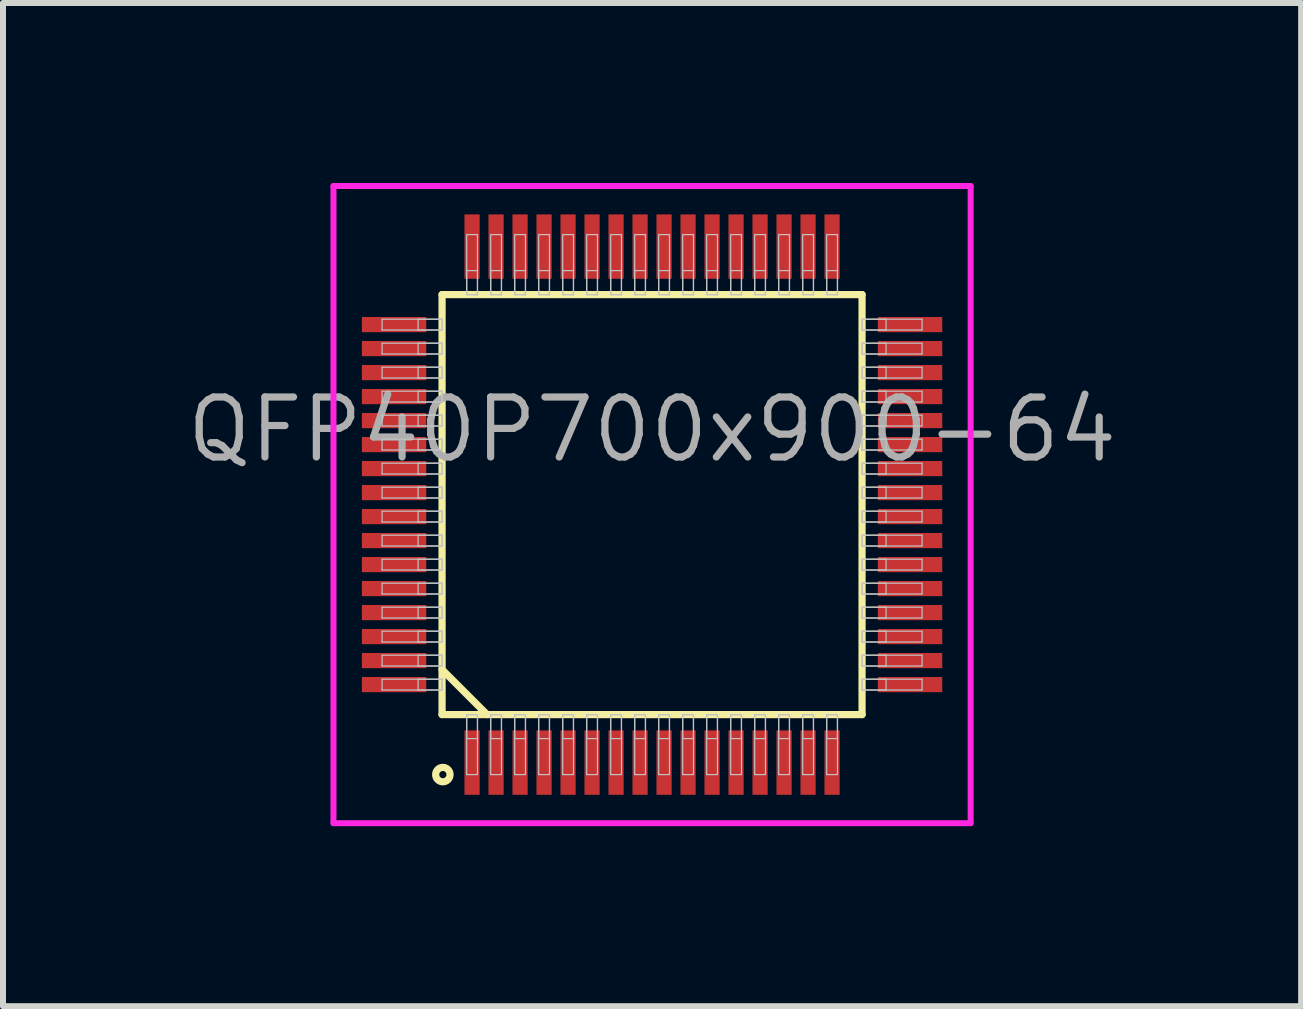
<source format=kicad_pcb>
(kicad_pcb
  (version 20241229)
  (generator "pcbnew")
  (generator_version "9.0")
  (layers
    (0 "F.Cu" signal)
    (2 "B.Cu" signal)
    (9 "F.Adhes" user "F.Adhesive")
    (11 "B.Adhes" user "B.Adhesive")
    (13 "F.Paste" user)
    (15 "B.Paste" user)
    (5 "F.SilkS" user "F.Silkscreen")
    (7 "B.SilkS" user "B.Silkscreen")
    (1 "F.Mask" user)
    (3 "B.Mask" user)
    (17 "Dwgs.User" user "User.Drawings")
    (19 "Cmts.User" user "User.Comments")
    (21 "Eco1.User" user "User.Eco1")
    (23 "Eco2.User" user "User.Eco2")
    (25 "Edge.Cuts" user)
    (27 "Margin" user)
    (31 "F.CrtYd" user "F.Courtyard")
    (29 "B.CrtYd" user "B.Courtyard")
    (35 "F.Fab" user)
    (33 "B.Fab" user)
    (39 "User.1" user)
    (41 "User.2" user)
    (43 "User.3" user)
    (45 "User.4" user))
  (footprint "QFP40P700x900-64"
    (layer "F.Cu")
    (at 7.818 5.36)
    (property "Reference" "QFP40P700x900-64" (at 0 -1.25 0) (layer "F.Fab") (effects (font (size 1 1) (thickness 0.12))))
    (attr through_hole)
    (fp_line (start -3.5 -3.5) (end -3.5 3.5) (stroke (width 0.12) (type solid)) (layer "F.SilkS"))
    (fp_line (start -3.5 2.75) (end -2.75 3.5) (stroke (width 0.12) (type solid)) (layer "F.SilkS"))
    (fp_line (start -3.5 3.5) (end 3.5 3.5) (stroke (width 0.12) (type solid)) (layer "F.SilkS"))
    (fp_line (start 3.5 -3.5) (end -3.5 -3.5) (stroke (width 0.12) (type solid)) (layer "F.SilkS"))
    (fp_line (start 3.5 3.5) (end 3.5 -3.5) (stroke (width 0.12) (type solid)) (layer "F.SilkS"))
    (fp_circle (center -3.487 4.5) (end -3.367 4.5) (stroke (width 0.12) (type solid)) (fill no) (layer "F.SilkS"))
    (fp_line (start -4.5 -3.09) (end -4.5 -2.91) (stroke (width 0.02) (type solid)) (layer "Dwgs.User"))
    (fp_line (start -4.5 -2.91) (end -3.5 -2.91) (stroke (width 0.02) (type solid)) (layer "Dwgs.User"))
    (fp_line (start -4.5 -2.69) (end -4.5 -2.51) (stroke (width 0.02) (type solid)) (layer "Dwgs.User"))
    (fp_line (start -4.5 -2.51) (end -3.5 -2.51) (stroke (width 0.02) (type solid)) (layer "Dwgs.User"))
    (fp_line (start -4.5 -2.29) (end -4.5 -2.11) (stroke (width 0.02) (type solid)) (layer "Dwgs.User"))
    (fp_line (start -4.5 -2.11) (end -3.5 -2.11) (stroke (width 0.02) (type solid)) (layer "Dwgs.User"))
    (fp_line (start -4.5 -1.89) (end -4.5 -1.71) (stroke (width 0.02) (type solid)) (layer "Dwgs.User"))
    (fp_line (start -4.5 -1.71) (end -3.5 -1.71) (stroke (width 0.02) (type solid)) (layer "Dwgs.User"))
    (fp_line (start -4.5 -1.49) (end -4.5 -1.31) (stroke (width 0.02) (type solid)) (layer "Dwgs.User"))
    (fp_line (start -4.5 -1.31) (end -3.5 -1.31) (stroke (width 0.02) (type solid)) (layer "Dwgs.User"))
    (fp_line (start -4.5 -1.09) (end -4.5 -0.91) (stroke (width 0.02) (type solid)) (layer "Dwgs.User"))
    (fp_line (start -4.5 -0.91) (end -3.5 -0.91) (stroke (width 0.02) (type solid)) (layer "Dwgs.User"))
    (fp_line (start -4.5 -0.69) (end -4.5 -0.51) (stroke (width 0.02) (type solid)) (layer "Dwgs.User"))
    (fp_line (start -4.5 -0.51) (end -3.5 -0.51) (stroke (width 0.02) (type solid)) (layer "Dwgs.User"))
    (fp_line (start -4.5 -0.29) (end -4.5 -0.11) (stroke (width 0.02) (type solid)) (layer "Dwgs.User"))
    (fp_line (start -4.5 -0.11) (end -3.5 -0.11) (stroke (width 0.02) (type solid)) (layer "Dwgs.User"))
    (fp_line (start -4.5 0.11) (end -4.5 0.29) (stroke (width 0.02) (type solid)) (layer "Dwgs.User"))
    (fp_line (start -4.5 0.29) (end -3.5 0.29) (stroke (width 0.02) (type solid)) (layer "Dwgs.User"))
    (fp_line (start -4.5 0.51) (end -4.5 0.69) (stroke (width 0.02) (type solid)) (layer "Dwgs.User"))
    (fp_line (start -4.5 0.69) (end -3.5 0.69) (stroke (width 0.02) (type solid)) (layer "Dwgs.User"))
    (fp_line (start -4.5 0.91) (end -4.5 1.09) (stroke (width 0.02) (type solid)) (layer "Dwgs.User"))
    (fp_line (start -4.5 1.09) (end -3.5 1.09) (stroke (width 0.02) (type solid)) (layer "Dwgs.User"))
    (fp_line (start -4.5 1.31) (end -4.5 1.49) (stroke (width 0.02) (type solid)) (layer "Dwgs.User"))
    (fp_line (start -4.5 1.49) (end -3.5 1.49) (stroke (width 0.02) (type solid)) (layer "Dwgs.User"))
    (fp_line (start -4.5 1.71) (end -4.5 1.89) (stroke (width 0.02) (type solid)) (layer "Dwgs.User"))
    (fp_line (start -4.5 1.89) (end -3.5 1.89) (stroke (width 0.02) (type solid)) (layer "Dwgs.User"))
    (fp_line (start -4.5 2.11) (end -4.5 2.29) (stroke (width 0.02) (type solid)) (layer "Dwgs.User"))
    (fp_line (start -4.5 2.29) (end -3.5 2.29) (stroke (width 0.02) (type solid)) (layer "Dwgs.User"))
    (fp_line (start -4.5 2.51) (end -4.5 2.69) (stroke (width 0.02) (type solid)) (layer "Dwgs.User"))
    (fp_line (start -4.5 2.69) (end -3.5 2.69) (stroke (width 0.02) (type solid)) (layer "Dwgs.User"))
    (fp_line (start -4.5 2.91) (end -4.5 3.09) (stroke (width 0.02) (type solid)) (layer "Dwgs.User"))
    (fp_line (start -4.5 3.09) (end -3.5 3.09) (stroke (width 0.02) (type solid)) (layer "Dwgs.User"))
    (fp_line (start -3.9 -3.09) (end -3.9 -2.91) (stroke (width 0.02) (type solid)) (layer "Dwgs.User"))
    (fp_line (start -3.9 -2.91) (end -3.5 -2.91) (stroke (width 0.02) (type solid)) (layer "Dwgs.User"))
    (fp_line (start -3.9 -2.69) (end -3.9 -2.51) (stroke (width 0.02) (type solid)) (layer "Dwgs.User"))
    (fp_line (start -3.9 -2.51) (end -3.5 -2.51) (stroke (width 0.02) (type solid)) (layer "Dwgs.User"))
    (fp_line (start -3.9 -2.29) (end -3.9 -2.11) (stroke (width 0.02) (type solid)) (layer "Dwgs.User"))
    (fp_line (start -3.9 -2.11) (end -3.5 -2.11) (stroke (width 0.02) (type solid)) (layer "Dwgs.User"))
    (fp_line (start -3.9 -1.89) (end -3.9 -1.71) (stroke (width 0.02) (type solid)) (layer "Dwgs.User"))
    (fp_line (start -3.9 -1.71) (end -3.5 -1.71) (stroke (width 0.02) (type solid)) (layer "Dwgs.User"))
    (fp_line (start -3.9 -1.49) (end -3.9 -1.31) (stroke (width 0.02) (type solid)) (layer "Dwgs.User"))
    (fp_line (start -3.9 -1.31) (end -3.5 -1.31) (stroke (width 0.02) (type solid)) (layer "Dwgs.User"))
    (fp_line (start -3.9 -1.09) (end -3.9 -0.91) (stroke (width 0.02) (type solid)) (layer "Dwgs.User"))
    (fp_line (start -3.9 -0.91) (end -3.5 -0.91) (stroke (width 0.02) (type solid)) (layer "Dwgs.User"))
    (fp_line (start -3.9 -0.69) (end -3.9 -0.51) (stroke (width 0.02) (type solid)) (layer "Dwgs.User"))
    (fp_line (start -3.9 -0.51) (end -3.5 -0.51) (stroke (width 0.02) (type solid)) (layer "Dwgs.User"))
    (fp_line (start -3.9 -0.29) (end -3.9 -0.11) (stroke (width 0.02) (type solid)) (layer "Dwgs.User"))
    (fp_line (start -3.9 -0.11) (end -3.5 -0.11) (stroke (width 0.02) (type solid)) (layer "Dwgs.User"))
    (fp_line (start -3.9 0.11) (end -3.9 0.29) (stroke (width 0.02) (type solid)) (layer "Dwgs.User"))
    (fp_line (start -3.9 0.29) (end -3.5 0.29) (stroke (width 0.02) (type solid)) (layer "Dwgs.User"))
    (fp_line (start -3.9 0.51) (end -3.9 0.69) (stroke (width 0.02) (type solid)) (layer "Dwgs.User"))
    (fp_line (start -3.9 0.69) (end -3.5 0.69) (stroke (width 0.02) (type solid)) (layer "Dwgs.User"))
    (fp_line (start -3.9 0.91) (end -3.9 1.09) (stroke (width 0.02) (type solid)) (layer "Dwgs.User"))
    (fp_line (start -3.9 1.09) (end -3.5 1.09) (stroke (width 0.02) (type solid)) (layer "Dwgs.User"))
    (fp_line (start -3.9 1.31) (end -3.9 1.49) (stroke (width 0.02) (type solid)) (layer "Dwgs.User"))
    (fp_line (start -3.9 1.49) (end -3.5 1.49) (stroke (width 0.02) (type solid)) (layer "Dwgs.User"))
    (fp_line (start -3.9 1.71) (end -3.9 1.89) (stroke (width 0.02) (type solid)) (layer "Dwgs.User"))
    (fp_line (start -3.9 1.89) (end -3.5 1.89) (stroke (width 0.02) (type solid)) (layer "Dwgs.User"))
    (fp_line (start -3.9 2.11) (end -3.9 2.29) (stroke (width 0.02) (type solid)) (layer "Dwgs.User"))
    (fp_line (start -3.9 2.29) (end -3.5 2.29) (stroke (width 0.02) (type solid)) (layer "Dwgs.User"))
    (fp_line (start -3.9 2.51) (end -3.9 2.69) (stroke (width 0.02) (type solid)) (layer "Dwgs.User"))
    (fp_line (start -3.9 2.69) (end -3.5 2.69) (stroke (width 0.02) (type solid)) (layer "Dwgs.User"))
    (fp_line (start -3.9 2.91) (end -3.9 3.09) (stroke (width 0.02) (type solid)) (layer "Dwgs.User"))
    (fp_line (start -3.9 3.09) (end -3.5 3.09) (stroke (width 0.02) (type solid)) (layer "Dwgs.User"))
    (fp_line (start -3.5 -3.09) (end -4.5 -3.09) (stroke (width 0.02) (type solid)) (layer "Dwgs.User"))
    (fp_line (start -3.5 -3.09) (end -3.9 -3.09) (stroke (width 0.02) (type solid)) (layer "Dwgs.User"))
    (fp_line (start -3.5 -2.91) (end -3.5 -3.09) (stroke (width 0.02) (type solid)) (layer "Dwgs.User"))
    (fp_line (start -3.5 -2.91) (end -3.5 -3.09) (stroke (width 0.02) (type solid)) (layer "Dwgs.User"))
    (fp_line (start -3.5 -2.69) (end -4.5 -2.69) (stroke (width 0.02) (type solid)) (layer "Dwgs.User"))
    (fp_line (start -3.5 -2.69) (end -3.9 -2.69) (stroke (width 0.02) (type solid)) (layer "Dwgs.User"))
    (fp_line (start -3.5 -2.51) (end -3.5 -2.69) (stroke (width 0.02) (type solid)) (layer "Dwgs.User"))
    (fp_line (start -3.5 -2.51) (end -3.5 -2.69) (stroke (width 0.02) (type solid)) (layer "Dwgs.User"))
    (fp_line (start -3.5 -2.29) (end -4.5 -2.29) (stroke (width 0.02) (type solid)) (layer "Dwgs.User"))
    (fp_line (start -3.5 -2.29) (end -3.9 -2.29) (stroke (width 0.02) (type solid)) (layer "Dwgs.User"))
    (fp_line (start -3.5 -2.11) (end -3.5 -2.29) (stroke (width 0.02) (type solid)) (layer "Dwgs.User"))
    (fp_line (start -3.5 -2.11) (end -3.5 -2.29) (stroke (width 0.02) (type solid)) (layer "Dwgs.User"))
    (fp_line (start -3.5 -1.89) (end -4.5 -1.89) (stroke (width 0.02) (type solid)) (layer "Dwgs.User"))
    (fp_line (start -3.5 -1.89) (end -3.9 -1.89) (stroke (width 0.02) (type solid)) (layer "Dwgs.User"))
    (fp_line (start -3.5 -1.71) (end -3.5 -1.89) (stroke (width 0.02) (type solid)) (layer "Dwgs.User"))
    (fp_line (start -3.5 -1.71) (end -3.5 -1.89) (stroke (width 0.02) (type solid)) (layer "Dwgs.User"))
    (fp_line (start -3.5 -1.49) (end -4.5 -1.49) (stroke (width 0.02) (type solid)) (layer "Dwgs.User"))
    (fp_line (start -3.5 -1.49) (end -3.9 -1.49) (stroke (width 0.02) (type solid)) (layer "Dwgs.User"))
    (fp_line (start -3.5 -1.31) (end -3.5 -1.49) (stroke (width 0.02) (type solid)) (layer "Dwgs.User"))
    (fp_line (start -3.5 -1.31) (end -3.5 -1.49) (stroke (width 0.02) (type solid)) (layer "Dwgs.User"))
    (fp_line (start -3.5 -1.09) (end -4.5 -1.09) (stroke (width 0.02) (type solid)) (layer "Dwgs.User"))
    (fp_line (start -3.5 -1.09) (end -3.9 -1.09) (stroke (width 0.02) (type solid)) (layer "Dwgs.User"))
    (fp_line (start -3.5 -0.91) (end -3.5 -1.09) (stroke (width 0.02) (type solid)) (layer "Dwgs.User"))
    (fp_line (start -3.5 -0.91) (end -3.5 -1.09) (stroke (width 0.02) (type solid)) (layer "Dwgs.User"))
    (fp_line (start -3.5 -0.69) (end -4.5 -0.69) (stroke (width 0.02) (type solid)) (layer "Dwgs.User"))
    (fp_line (start -3.5 -0.69) (end -3.9 -0.69) (stroke (width 0.02) (type solid)) (layer "Dwgs.User"))
    (fp_line (start -3.5 -0.51) (end -3.5 -0.69) (stroke (width 0.02) (type solid)) (layer "Dwgs.User"))
    (fp_line (start -3.5 -0.51) (end -3.5 -0.69) (stroke (width 0.02) (type solid)) (layer "Dwgs.User"))
    (fp_line (start -3.5 -0.29) (end -4.5 -0.29) (stroke (width 0.02) (type solid)) (layer "Dwgs.User"))
    (fp_line (start -3.5 -0.29) (end -3.9 -0.29) (stroke (width 0.02) (type solid)) (layer "Dwgs.User"))
    (fp_line (start -3.5 -0.11) (end -3.5 -0.29) (stroke (width 0.02) (type solid)) (layer "Dwgs.User"))
    (fp_line (start -3.5 -0.11) (end -3.5 -0.29) (stroke (width 0.02) (type solid)) (layer "Dwgs.User"))
    (fp_line (start -3.5 0.11) (end -4.5 0.11) (stroke (width 0.02) (type solid)) (layer "Dwgs.User"))
    (fp_line (start -3.5 0.11) (end -3.9 0.11) (stroke (width 0.02) (type solid)) (layer "Dwgs.User"))
    (fp_line (start -3.5 0.29) (end -3.5 0.11) (stroke (width 0.02) (type solid)) (layer "Dwgs.User"))
    (fp_line (start -3.5 0.29) (end -3.5 0.11) (stroke (width 0.02) (type solid)) (layer "Dwgs.User"))
    (fp_line (start -3.5 0.51) (end -4.5 0.51) (stroke (width 0.02) (type solid)) (layer "Dwgs.User"))
    (fp_line (start -3.5 0.51) (end -3.9 0.51) (stroke (width 0.02) (type solid)) (layer "Dwgs.User"))
    (fp_line (start -3.5 0.69) (end -3.5 0.51) (stroke (width 0.02) (type solid)) (layer "Dwgs.User"))
    (fp_line (start -3.5 0.69) (end -3.5 0.51) (stroke (width 0.02) (type solid)) (layer "Dwgs.User"))
    (fp_line (start -3.5 0.91) (end -4.5 0.91) (stroke (width 0.02) (type solid)) (layer "Dwgs.User"))
    (fp_line (start -3.5 0.91) (end -3.9 0.91) (stroke (width 0.02) (type solid)) (layer "Dwgs.User"))
    (fp_line (start -3.5 1.09) (end -3.5 0.91) (stroke (width 0.02) (type solid)) (layer "Dwgs.User"))
    (fp_line (start -3.5 1.09) (end -3.5 0.91) (stroke (width 0.02) (type solid)) (layer "Dwgs.User"))
    (fp_line (start -3.5 1.31) (end -4.5 1.31) (stroke (width 0.02) (type solid)) (layer "Dwgs.User"))
    (fp_line (start -3.5 1.31) (end -3.9 1.31) (stroke (width 0.02) (type solid)) (layer "Dwgs.User"))
    (fp_line (start -3.5 1.49) (end -3.5 1.31) (stroke (width 0.02) (type solid)) (layer "Dwgs.User"))
    (fp_line (start -3.5 1.49) (end -3.5 1.31) (stroke (width 0.02) (type solid)) (layer "Dwgs.User"))
    (fp_line (start -3.5 1.71) (end -4.5 1.71) (stroke (width 0.02) (type solid)) (layer "Dwgs.User"))
    (fp_line (start -3.5 1.71) (end -3.9 1.71) (stroke (width 0.02) (type solid)) (layer "Dwgs.User"))
    (fp_line (start -3.5 1.89) (end -3.5 1.71) (stroke (width 0.02) (type solid)) (layer "Dwgs.User"))
    (fp_line (start -3.5 1.89) (end -3.5 1.71) (stroke (width 0.02) (type solid)) (layer "Dwgs.User"))
    (fp_line (start -3.5 2.11) (end -4.5 2.11) (stroke (width 0.02) (type solid)) (layer "Dwgs.User"))
    (fp_line (start -3.5 2.11) (end -3.9 2.11) (stroke (width 0.02) (type solid)) (layer "Dwgs.User"))
    (fp_line (start -3.5 2.29) (end -3.5 2.11) (stroke (width 0.02) (type solid)) (layer "Dwgs.User"))
    (fp_line (start -3.5 2.29) (end -3.5 2.11) (stroke (width 0.02) (type solid)) (layer "Dwgs.User"))
    (fp_line (start -3.5 2.51) (end -4.5 2.51) (stroke (width 0.02) (type solid)) (layer "Dwgs.User"))
    (fp_line (start -3.5 2.51) (end -3.9 2.51) (stroke (width 0.02) (type solid)) (layer "Dwgs.User"))
    (fp_line (start -3.5 2.69) (end -3.5 2.51) (stroke (width 0.02) (type solid)) (layer "Dwgs.User"))
    (fp_line (start -3.5 2.69) (end -3.5 2.51) (stroke (width 0.02) (type solid)) (layer "Dwgs.User"))
    (fp_line (start -3.5 2.91) (end -4.5 2.91) (stroke (width 0.02) (type solid)) (layer "Dwgs.User"))
    (fp_line (start -3.5 2.91) (end -3.9 2.91) (stroke (width 0.02) (type solid)) (layer "Dwgs.User"))
    (fp_line (start -3.5 3.09) (end -3.5 2.91) (stroke (width 0.02) (type solid)) (layer "Dwgs.User"))
    (fp_line (start -3.5 3.09) (end -3.5 2.91) (stroke (width 0.02) (type solid)) (layer "Dwgs.User"))
    (fp_line (start -3.09 -4.5) (end -3.09 -3.5) (stroke (width 0.02) (type solid)) (layer "Dwgs.User"))
    (fp_line (start -3.09 -3.9) (end -3.09 -3.5) (stroke (width 0.02) (type solid)) (layer "Dwgs.User"))
    (fp_line (start -3.09 -3.5) (end -2.91 -3.5) (stroke (width 0.02) (type solid)) (layer "Dwgs.User"))
    (fp_line (start -3.09 -3.5) (end -2.91 -3.5) (stroke (width 0.02) (type solid)) (layer "Dwgs.User"))
    (fp_line (start -3.09 3.5) (end -2.91 3.5) (stroke (width 0.02) (type solid)) (layer "Dwgs.User"))
    (fp_line (start -3.09 3.5) (end -2.91 3.5) (stroke (width 0.02) (type solid)) (layer "Dwgs.User"))
    (fp_line (start -3.09 3.9) (end -3.09 3.5) (stroke (width 0.02) (type solid)) (layer "Dwgs.User"))
    (fp_line (start -3.09 4.5) (end -3.09 3.5) (stroke (width 0.02) (type solid)) (layer "Dwgs.User"))
    (fp_line (start -2.91 -4.5) (end -3.09 -4.5) (stroke (width 0.02) (type solid)) (layer "Dwgs.User"))
    (fp_line (start -2.91 -3.9) (end -3.09 -3.9) (stroke (width 0.02) (type solid)) (layer "Dwgs.User"))
    (fp_line (start -2.91 -3.5) (end -2.91 -4.5) (stroke (width 0.02) (type solid)) (layer "Dwgs.User"))
    (fp_line (start -2.91 -3.5) (end -2.91 -3.9) (stroke (width 0.02) (type solid)) (layer "Dwgs.User"))
    (fp_line (start -2.91 3.5) (end -2.91 3.9) (stroke (width 0.02) (type solid)) (layer "Dwgs.User"))
    (fp_line (start -2.91 3.5) (end -2.91 4.5) (stroke (width 0.02) (type solid)) (layer "Dwgs.User"))
    (fp_line (start -2.91 3.9) (end -3.09 3.9) (stroke (width 0.02) (type solid)) (layer "Dwgs.User"))
    (fp_line (start -2.91 4.5) (end -3.09 4.5) (stroke (width 0.02) (type solid)) (layer "Dwgs.User"))
    (fp_line (start -2.69 -4.5) (end -2.69 -3.5) (stroke (width 0.02) (type solid)) (layer "Dwgs.User"))
    (fp_line (start -2.69 -3.9) (end -2.69 -3.5) (stroke (width 0.02) (type solid)) (layer "Dwgs.User"))
    (fp_line (start -2.69 -3.5) (end -2.51 -3.5) (stroke (width 0.02) (type solid)) (layer "Dwgs.User"))
    (fp_line (start -2.69 -3.5) (end -2.51 -3.5) (stroke (width 0.02) (type solid)) (layer "Dwgs.User"))
    (fp_line (start -2.69 3.5) (end -2.51 3.5) (stroke (width 0.02) (type solid)) (layer "Dwgs.User"))
    (fp_line (start -2.69 3.5) (end -2.51 3.5) (stroke (width 0.02) (type solid)) (layer "Dwgs.User"))
    (fp_line (start -2.69 3.9) (end -2.69 3.5) (stroke (width 0.02) (type solid)) (layer "Dwgs.User"))
    (fp_line (start -2.69 4.5) (end -2.69 3.5) (stroke (width 0.02) (type solid)) (layer "Dwgs.User"))
    (fp_line (start -2.51 -4.5) (end -2.69 -4.5) (stroke (width 0.02) (type solid)) (layer "Dwgs.User"))
    (fp_line (start -2.51 -3.9) (end -2.69 -3.9) (stroke (width 0.02) (type solid)) (layer "Dwgs.User"))
    (fp_line (start -2.51 -3.5) (end -2.51 -4.5) (stroke (width 0.02) (type solid)) (layer "Dwgs.User"))
    (fp_line (start -2.51 -3.5) (end -2.51 -3.9) (stroke (width 0.02) (type solid)) (layer "Dwgs.User"))
    (fp_line (start -2.51 3.5) (end -2.51 3.9) (stroke (width 0.02) (type solid)) (layer "Dwgs.User"))
    (fp_line (start -2.51 3.5) (end -2.51 4.5) (stroke (width 0.02) (type solid)) (layer "Dwgs.User"))
    (fp_line (start -2.51 3.9) (end -2.69 3.9) (stroke (width 0.02) (type solid)) (layer "Dwgs.User"))
    (fp_line (start -2.51 4.5) (end -2.69 4.5) (stroke (width 0.02) (type solid)) (layer "Dwgs.User"))
    (fp_line (start -2.29 -4.5) (end -2.29 -3.5) (stroke (width 0.02) (type solid)) (layer "Dwgs.User"))
    (fp_line (start -2.29 -3.9) (end -2.29 -3.5) (stroke (width 0.02) (type solid)) (layer "Dwgs.User"))
    (fp_line (start -2.29 -3.5) (end -2.11 -3.5) (stroke (width 0.02) (type solid)) (layer "Dwgs.User"))
    (fp_line (start -2.29 -3.5) (end -2.11 -3.5) (stroke (width 0.02) (type solid)) (layer "Dwgs.User"))
    (fp_line (start -2.29 3.5) (end -2.11 3.5) (stroke (width 0.02) (type solid)) (layer "Dwgs.User"))
    (fp_line (start -2.29 3.5) (end -2.11 3.5) (stroke (width 0.02) (type solid)) (layer "Dwgs.User"))
    (fp_line (start -2.29 3.9) (end -2.29 3.5) (stroke (width 0.02) (type solid)) (layer "Dwgs.User"))
    (fp_line (start -2.29 4.5) (end -2.29 3.5) (stroke (width 0.02) (type solid)) (layer "Dwgs.User"))
    (fp_line (start -2.11 -4.5) (end -2.29 -4.5) (stroke (width 0.02) (type solid)) (layer "Dwgs.User"))
    (fp_line (start -2.11 -3.9) (end -2.29 -3.9) (stroke (width 0.02) (type solid)) (layer "Dwgs.User"))
    (fp_line (start -2.11 -3.5) (end -2.11 -4.5) (stroke (width 0.02) (type solid)) (layer "Dwgs.User"))
    (fp_line (start -2.11 -3.5) (end -2.11 -3.9) (stroke (width 0.02) (type solid)) (layer "Dwgs.User"))
    (fp_line (start -2.11 3.5) (end -2.11 3.9) (stroke (width 0.02) (type solid)) (layer "Dwgs.User"))
    (fp_line (start -2.11 3.5) (end -2.11 4.5) (stroke (width 0.02) (type solid)) (layer "Dwgs.User"))
    (fp_line (start -2.11 3.9) (end -2.29 3.9) (stroke (width 0.02) (type solid)) (layer "Dwgs.User"))
    (fp_line (start -2.11 4.5) (end -2.29 4.5) (stroke (width 0.02) (type solid)) (layer "Dwgs.User"))
    (fp_line (start -1.89 -4.5) (end -1.89 -3.5) (stroke (width 0.02) (type solid)) (layer "Dwgs.User"))
    (fp_line (start -1.89 -3.9) (end -1.89 -3.5) (stroke (width 0.02) (type solid)) (layer "Dwgs.User"))
    (fp_line (start -1.89 -3.5) (end -1.71 -3.5) (stroke (width 0.02) (type solid)) (layer "Dwgs.User"))
    (fp_line (start -1.89 -3.5) (end -1.71 -3.5) (stroke (width 0.02) (type solid)) (layer "Dwgs.User"))
    (fp_line (start -1.89 3.5) (end -1.71 3.5) (stroke (width 0.02) (type solid)) (layer "Dwgs.User"))
    (fp_line (start -1.89 3.5) (end -1.71 3.5) (stroke (width 0.02) (type solid)) (layer "Dwgs.User"))
    (fp_line (start -1.89 3.9) (end -1.89 3.5) (stroke (width 0.02) (type solid)) (layer "Dwgs.User"))
    (fp_line (start -1.89 4.5) (end -1.89 3.5) (stroke (width 0.02) (type solid)) (layer "Dwgs.User"))
    (fp_line (start -1.71 -4.5) (end -1.89 -4.5) (stroke (width 0.02) (type solid)) (layer "Dwgs.User"))
    (fp_line (start -1.71 -3.9) (end -1.89 -3.9) (stroke (width 0.02) (type solid)) (layer "Dwgs.User"))
    (fp_line (start -1.71 -3.5) (end -1.71 -4.5) (stroke (width 0.02) (type solid)) (layer "Dwgs.User"))
    (fp_line (start -1.71 -3.5) (end -1.71 -3.9) (stroke (width 0.02) (type solid)) (layer "Dwgs.User"))
    (fp_line (start -1.71 3.5) (end -1.71 3.9) (stroke (width 0.02) (type solid)) (layer "Dwgs.User"))
    (fp_line (start -1.71 3.5) (end -1.71 4.5) (stroke (width 0.02) (type solid)) (layer "Dwgs.User"))
    (fp_line (start -1.71 3.9) (end -1.89 3.9) (stroke (width 0.02) (type solid)) (layer "Dwgs.User"))
    (fp_line (start -1.71 4.5) (end -1.89 4.5) (stroke (width 0.02) (type solid)) (layer "Dwgs.User"))
    (fp_line (start -1.49 -4.5) (end -1.49 -3.5) (stroke (width 0.02) (type solid)) (layer "Dwgs.User"))
    (fp_line (start -1.49 -3.9) (end -1.49 -3.5) (stroke (width 0.02) (type solid)) (layer "Dwgs.User"))
    (fp_line (start -1.49 -3.5) (end -1.31 -3.5) (stroke (width 0.02) (type solid)) (layer "Dwgs.User"))
    (fp_line (start -1.49 -3.5) (end -1.31 -3.5) (stroke (width 0.02) (type solid)) (layer "Dwgs.User"))
    (fp_line (start -1.49 3.5) (end -1.31 3.5) (stroke (width 0.02) (type solid)) (layer "Dwgs.User"))
    (fp_line (start -1.49 3.5) (end -1.31 3.5) (stroke (width 0.02) (type solid)) (layer "Dwgs.User"))
    (fp_line (start -1.49 3.9) (end -1.49 3.5) (stroke (width 0.02) (type solid)) (layer "Dwgs.User"))
    (fp_line (start -1.49 4.5) (end -1.49 3.5) (stroke (width 0.02) (type solid)) (layer "Dwgs.User"))
    (fp_line (start -1.31 -4.5) (end -1.49 -4.5) (stroke (width 0.02) (type solid)) (layer "Dwgs.User"))
    (fp_line (start -1.31 -3.9) (end -1.49 -3.9) (stroke (width 0.02) (type solid)) (layer "Dwgs.User"))
    (fp_line (start -1.31 -3.5) (end -1.31 -4.5) (stroke (width 0.02) (type solid)) (layer "Dwgs.User"))
    (fp_line (start -1.31 -3.5) (end -1.31 -3.9) (stroke (width 0.02) (type solid)) (layer "Dwgs.User"))
    (fp_line (start -1.31 3.5) (end -1.31 3.9) (stroke (width 0.02) (type solid)) (layer "Dwgs.User"))
    (fp_line (start -1.31 3.5) (end -1.31 4.5) (stroke (width 0.02) (type solid)) (layer "Dwgs.User"))
    (fp_line (start -1.31 3.9) (end -1.49 3.9) (stroke (width 0.02) (type solid)) (layer "Dwgs.User"))
    (fp_line (start -1.31 4.5) (end -1.49 4.5) (stroke (width 0.02) (type solid)) (layer "Dwgs.User"))
    (fp_line (start -1.09 -4.5) (end -1.09 -3.5) (stroke (width 0.02) (type solid)) (layer "Dwgs.User"))
    (fp_line (start -1.09 -3.9) (end -1.09 -3.5) (stroke (width 0.02) (type solid)) (layer "Dwgs.User"))
    (fp_line (start -1.09 -3.5) (end -0.91 -3.5) (stroke (width 0.02) (type solid)) (layer "Dwgs.User"))
    (fp_line (start -1.09 -3.5) (end -0.91 -3.5) (stroke (width 0.02) (type solid)) (layer "Dwgs.User"))
    (fp_line (start -1.09 3.5) (end -0.91 3.5) (stroke (width 0.02) (type solid)) (layer "Dwgs.User"))
    (fp_line (start -1.09 3.5) (end -0.91 3.5) (stroke (width 0.02) (type solid)) (layer "Dwgs.User"))
    (fp_line (start -1.09 3.9) (end -1.09 3.5) (stroke (width 0.02) (type solid)) (layer "Dwgs.User"))
    (fp_line (start -1.09 4.5) (end -1.09 3.5) (stroke (width 0.02) (type solid)) (layer "Dwgs.User"))
    (fp_line (start -0.91 -4.5) (end -1.09 -4.5) (stroke (width 0.02) (type solid)) (layer "Dwgs.User"))
    (fp_line (start -0.91 -3.9) (end -1.09 -3.9) (stroke (width 0.02) (type solid)) (layer "Dwgs.User"))
    (fp_line (start -0.91 -3.5) (end -0.91 -4.5) (stroke (width 0.02) (type solid)) (layer "Dwgs.User"))
    (fp_line (start -0.91 -3.5) (end -0.91 -3.9) (stroke (width 0.02) (type solid)) (layer "Dwgs.User"))
    (fp_line (start -0.91 3.5) (end -0.91 3.9) (stroke (width 0.02) (type solid)) (layer "Dwgs.User"))
    (fp_line (start -0.91 3.5) (end -0.91 4.5) (stroke (width 0.02) (type solid)) (layer "Dwgs.User"))
    (fp_line (start -0.91 3.9) (end -1.09 3.9) (stroke (width 0.02) (type solid)) (layer "Dwgs.User"))
    (fp_line (start -0.91 4.5) (end -1.09 4.5) (stroke (width 0.02) (type solid)) (layer "Dwgs.User"))
    (fp_line (start -0.69 -4.5) (end -0.69 -3.5) (stroke (width 0.02) (type solid)) (layer "Dwgs.User"))
    (fp_line (start -0.69 -3.9) (end -0.69 -3.5) (stroke (width 0.02) (type solid)) (layer "Dwgs.User"))
    (fp_line (start -0.69 -3.5) (end -0.51 -3.5) (stroke (width 0.02) (type solid)) (layer "Dwgs.User"))
    (fp_line (start -0.69 -3.5) (end -0.51 -3.5) (stroke (width 0.02) (type solid)) (layer "Dwgs.User"))
    (fp_line (start -0.69 3.5) (end -0.51 3.5) (stroke (width 0.02) (type solid)) (layer "Dwgs.User"))
    (fp_line (start -0.69 3.5) (end -0.51 3.5) (stroke (width 0.02) (type solid)) (layer "Dwgs.User"))
    (fp_line (start -0.69 3.9) (end -0.69 3.5) (stroke (width 0.02) (type solid)) (layer "Dwgs.User"))
    (fp_line (start -0.69 4.5) (end -0.69 3.5) (stroke (width 0.02) (type solid)) (layer "Dwgs.User"))
    (fp_line (start -0.51 -4.5) (end -0.69 -4.5) (stroke (width 0.02) (type solid)) (layer "Dwgs.User"))
    (fp_line (start -0.51 -3.9) (end -0.69 -3.9) (stroke (width 0.02) (type solid)) (layer "Dwgs.User"))
    (fp_line (start -0.51 -3.5) (end -0.51 -4.5) (stroke (width 0.02) (type solid)) (layer "Dwgs.User"))
    (fp_line (start -0.51 -3.5) (end -0.51 -3.9) (stroke (width 0.02) (type solid)) (layer "Dwgs.User"))
    (fp_line (start -0.51 3.5) (end -0.51 3.9) (stroke (width 0.02) (type solid)) (layer "Dwgs.User"))
    (fp_line (start -0.51 3.5) (end -0.51 4.5) (stroke (width 0.02) (type solid)) (layer "Dwgs.User"))
    (fp_line (start -0.51 3.9) (end -0.69 3.9) (stroke (width 0.02) (type solid)) (layer "Dwgs.User"))
    (fp_line (start -0.51 4.5) (end -0.69 4.5) (stroke (width 0.02) (type solid)) (layer "Dwgs.User"))
    (fp_line (start -0.29 -4.5) (end -0.29 -3.5) (stroke (width 0.02) (type solid)) (layer "Dwgs.User"))
    (fp_line (start -0.29 -3.9) (end -0.29 -3.5) (stroke (width 0.02) (type solid)) (layer "Dwgs.User"))
    (fp_line (start -0.29 -3.5) (end -0.11 -3.5) (stroke (width 0.02) (type solid)) (layer "Dwgs.User"))
    (fp_line (start -0.29 -3.5) (end -0.11 -3.5) (stroke (width 0.02) (type solid)) (layer "Dwgs.User"))
    (fp_line (start -0.29 3.5) (end -0.11 3.5) (stroke (width 0.02) (type solid)) (layer "Dwgs.User"))
    (fp_line (start -0.29 3.5) (end -0.11 3.5) (stroke (width 0.02) (type solid)) (layer "Dwgs.User"))
    (fp_line (start -0.29 3.9) (end -0.29 3.5) (stroke (width 0.02) (type solid)) (layer "Dwgs.User"))
    (fp_line (start -0.29 4.5) (end -0.29 3.5) (stroke (width 0.02) (type solid)) (layer "Dwgs.User"))
    (fp_line (start -0.11 -4.5) (end -0.29 -4.5) (stroke (width 0.02) (type solid)) (layer "Dwgs.User"))
    (fp_line (start -0.11 -3.9) (end -0.29 -3.9) (stroke (width 0.02) (type solid)) (layer "Dwgs.User"))
    (fp_line (start -0.11 -3.5) (end -0.11 -4.5) (stroke (width 0.02) (type solid)) (layer "Dwgs.User"))
    (fp_line (start -0.11 -3.5) (end -0.11 -3.9) (stroke (width 0.02) (type solid)) (layer "Dwgs.User"))
    (fp_line (start -0.11 3.5) (end -0.11 3.9) (stroke (width 0.02) (type solid)) (layer "Dwgs.User"))
    (fp_line (start -0.11 3.5) (end -0.11 4.5) (stroke (width 0.02) (type solid)) (layer "Dwgs.User"))
    (fp_line (start -0.11 3.9) (end -0.29 3.9) (stroke (width 0.02) (type solid)) (layer "Dwgs.User"))
    (fp_line (start -0.11 4.5) (end -0.29 4.5) (stroke (width 0.02) (type solid)) (layer "Dwgs.User"))
    (fp_line (start 0.11 -4.5) (end 0.11 -3.5) (stroke (width 0.02) (type solid)) (layer "Dwgs.User"))
    (fp_line (start 0.11 -3.9) (end 0.11 -3.5) (stroke (width 0.02) (type solid)) (layer "Dwgs.User"))
    (fp_line (start 0.11 -3.5) (end 0.29 -3.5) (stroke (width 0.02) (type solid)) (layer "Dwgs.User"))
    (fp_line (start 0.11 -3.5) (end 0.29 -3.5) (stroke (width 0.02) (type solid)) (layer "Dwgs.User"))
    (fp_line (start 0.11 3.5) (end 0.29 3.5) (stroke (width 0.02) (type solid)) (layer "Dwgs.User"))
    (fp_line (start 0.11 3.5) (end 0.29 3.5) (stroke (width 0.02) (type solid)) (layer "Dwgs.User"))
    (fp_line (start 0.11 3.9) (end 0.11 3.5) (stroke (width 0.02) (type solid)) (layer "Dwgs.User"))
    (fp_line (start 0.11 4.5) (end 0.11 3.5) (stroke (width 0.02) (type solid)) (layer "Dwgs.User"))
    (fp_line (start 0.29 -4.5) (end 0.11 -4.5) (stroke (width 0.02) (type solid)) (layer "Dwgs.User"))
    (fp_line (start 0.29 -3.9) (end 0.11 -3.9) (stroke (width 0.02) (type solid)) (layer "Dwgs.User"))
    (fp_line (start 0.29 -3.5) (end 0.29 -4.5) (stroke (width 0.02) (type solid)) (layer "Dwgs.User"))
    (fp_line (start 0.29 -3.5) (end 0.29 -3.9) (stroke (width 0.02) (type solid)) (layer "Dwgs.User"))
    (fp_line (start 0.29 3.5) (end 0.29 3.9) (stroke (width 0.02) (type solid)) (layer "Dwgs.User"))
    (fp_line (start 0.29 3.5) (end 0.29 4.5) (stroke (width 0.02) (type solid)) (layer "Dwgs.User"))
    (fp_line (start 0.29 3.9) (end 0.11 3.9) (stroke (width 0.02) (type solid)) (layer "Dwgs.User"))
    (fp_line (start 0.29 4.5) (end 0.11 4.5) (stroke (width 0.02) (type solid)) (layer "Dwgs.User"))
    (fp_line (start 0.51 -4.5) (end 0.51 -3.5) (stroke (width 0.02) (type solid)) (layer "Dwgs.User"))
    (fp_line (start 0.51 -3.9) (end 0.51 -3.5) (stroke (width 0.02) (type solid)) (layer "Dwgs.User"))
    (fp_line (start 0.51 -3.5) (end 0.69 -3.5) (stroke (width 0.02) (type solid)) (layer "Dwgs.User"))
    (fp_line (start 0.51 -3.5) (end 0.69 -3.5) (stroke (width 0.02) (type solid)) (layer "Dwgs.User"))
    (fp_line (start 0.51 3.5) (end 0.69 3.5) (stroke (width 0.02) (type solid)) (layer "Dwgs.User"))
    (fp_line (start 0.51 3.5) (end 0.69 3.5) (stroke (width 0.02) (type solid)) (layer "Dwgs.User"))
    (fp_line (start 0.51 3.9) (end 0.51 3.5) (stroke (width 0.02) (type solid)) (layer "Dwgs.User"))
    (fp_line (start 0.51 4.5) (end 0.51 3.5) (stroke (width 0.02) (type solid)) (layer "Dwgs.User"))
    (fp_line (start 0.69 -4.5) (end 0.51 -4.5) (stroke (width 0.02) (type solid)) (layer "Dwgs.User"))
    (fp_line (start 0.69 -3.9) (end 0.51 -3.9) (stroke (width 0.02) (type solid)) (layer "Dwgs.User"))
    (fp_line (start 0.69 -3.5) (end 0.69 -4.5) (stroke (width 0.02) (type solid)) (layer "Dwgs.User"))
    (fp_line (start 0.69 -3.5) (end 0.69 -3.9) (stroke (width 0.02) (type solid)) (layer "Dwgs.User"))
    (fp_line (start 0.69 3.5) (end 0.69 3.9) (stroke (width 0.02) (type solid)) (layer "Dwgs.User"))
    (fp_line (start 0.69 3.5) (end 0.69 4.5) (stroke (width 0.02) (type solid)) (layer "Dwgs.User"))
    (fp_line (start 0.69 3.9) (end 0.51 3.9) (stroke (width 0.02) (type solid)) (layer "Dwgs.User"))
    (fp_line (start 0.69 4.5) (end 0.51 4.5) (stroke (width 0.02) (type solid)) (layer "Dwgs.User"))
    (fp_line (start 0.91 -4.5) (end 0.91 -3.5) (stroke (width 0.02) (type solid)) (layer "Dwgs.User"))
    (fp_line (start 0.91 -3.9) (end 0.91 -3.5) (stroke (width 0.02) (type solid)) (layer "Dwgs.User"))
    (fp_line (start 0.91 -3.5) (end 1.09 -3.5) (stroke (width 0.02) (type solid)) (layer "Dwgs.User"))
    (fp_line (start 0.91 -3.5) (end 1.09 -3.5) (stroke (width 0.02) (type solid)) (layer "Dwgs.User"))
    (fp_line (start 0.91 3.5) (end 1.09 3.5) (stroke (width 0.02) (type solid)) (layer "Dwgs.User"))
    (fp_line (start 0.91 3.5) (end 1.09 3.5) (stroke (width 0.02) (type solid)) (layer "Dwgs.User"))
    (fp_line (start 0.91 3.9) (end 0.91 3.5) (stroke (width 0.02) (type solid)) (layer "Dwgs.User"))
    (fp_line (start 0.91 4.5) (end 0.91 3.5) (stroke (width 0.02) (type solid)) (layer "Dwgs.User"))
    (fp_line (start 1.09 -4.5) (end 0.91 -4.5) (stroke (width 0.02) (type solid)) (layer "Dwgs.User"))
    (fp_line (start 1.09 -3.9) (end 0.91 -3.9) (stroke (width 0.02) (type solid)) (layer "Dwgs.User"))
    (fp_line (start 1.09 -3.5) (end 1.09 -4.5) (stroke (width 0.02) (type solid)) (layer "Dwgs.User"))
    (fp_line (start 1.09 -3.5) (end 1.09 -3.9) (stroke (width 0.02) (type solid)) (layer "Dwgs.User"))
    (fp_line (start 1.09 3.5) (end 1.09 3.9) (stroke (width 0.02) (type solid)) (layer "Dwgs.User"))
    (fp_line (start 1.09 3.5) (end 1.09 4.5) (stroke (width 0.02) (type solid)) (layer "Dwgs.User"))
    (fp_line (start 1.09 3.9) (end 0.91 3.9) (stroke (width 0.02) (type solid)) (layer "Dwgs.User"))
    (fp_line (start 1.09 4.5) (end 0.91 4.5) (stroke (width 0.02) (type solid)) (layer "Dwgs.User"))
    (fp_line (start 1.31 -4.5) (end 1.31 -3.5) (stroke (width 0.02) (type solid)) (layer "Dwgs.User"))
    (fp_line (start 1.31 -3.9) (end 1.31 -3.5) (stroke (width 0.02) (type solid)) (layer "Dwgs.User"))
    (fp_line (start 1.31 -3.5) (end 1.49 -3.5) (stroke (width 0.02) (type solid)) (layer "Dwgs.User"))
    (fp_line (start 1.31 -3.5) (end 1.49 -3.5) (stroke (width 0.02) (type solid)) (layer "Dwgs.User"))
    (fp_line (start 1.31 3.5) (end 1.49 3.5) (stroke (width 0.02) (type solid)) (layer "Dwgs.User"))
    (fp_line (start 1.31 3.5) (end 1.49 3.5) (stroke (width 0.02) (type solid)) (layer "Dwgs.User"))
    (fp_line (start 1.31 3.9) (end 1.31 3.5) (stroke (width 0.02) (type solid)) (layer "Dwgs.User"))
    (fp_line (start 1.31 4.5) (end 1.31 3.5) (stroke (width 0.02) (type solid)) (layer "Dwgs.User"))
    (fp_line (start 1.49 -4.5) (end 1.31 -4.5) (stroke (width 0.02) (type solid)) (layer "Dwgs.User"))
    (fp_line (start 1.49 -3.9) (end 1.31 -3.9) (stroke (width 0.02) (type solid)) (layer "Dwgs.User"))
    (fp_line (start 1.49 -3.5) (end 1.49 -4.5) (stroke (width 0.02) (type solid)) (layer "Dwgs.User"))
    (fp_line (start 1.49 -3.5) (end 1.49 -3.9) (stroke (width 0.02) (type solid)) (layer "Dwgs.User"))
    (fp_line (start 1.49 3.5) (end 1.49 3.9) (stroke (width 0.02) (type solid)) (layer "Dwgs.User"))
    (fp_line (start 1.49 3.5) (end 1.49 4.5) (stroke (width 0.02) (type solid)) (layer "Dwgs.User"))
    (fp_line (start 1.49 3.9) (end 1.31 3.9) (stroke (width 0.02) (type solid)) (layer "Dwgs.User"))
    (fp_line (start 1.49 4.5) (end 1.31 4.5) (stroke (width 0.02) (type solid)) (layer "Dwgs.User"))
    (fp_line (start 1.71 -4.5) (end 1.71 -3.5) (stroke (width 0.02) (type solid)) (layer "Dwgs.User"))
    (fp_line (start 1.71 -3.9) (end 1.71 -3.5) (stroke (width 0.02) (type solid)) (layer "Dwgs.User"))
    (fp_line (start 1.71 -3.5) (end 1.89 -3.5) (stroke (width 0.02) (type solid)) (layer "Dwgs.User"))
    (fp_line (start 1.71 -3.5) (end 1.89 -3.5) (stroke (width 0.02) (type solid)) (layer "Dwgs.User"))
    (fp_line (start 1.71 3.5) (end 1.89 3.5) (stroke (width 0.02) (type solid)) (layer "Dwgs.User"))
    (fp_line (start 1.71 3.5) (end 1.89 3.5) (stroke (width 0.02) (type solid)) (layer "Dwgs.User"))
    (fp_line (start 1.71 3.9) (end 1.71 3.5) (stroke (width 0.02) (type solid)) (layer "Dwgs.User"))
    (fp_line (start 1.71 4.5) (end 1.71 3.5) (stroke (width 0.02) (type solid)) (layer "Dwgs.User"))
    (fp_line (start 1.89 -4.5) (end 1.71 -4.5) (stroke (width 0.02) (type solid)) (layer "Dwgs.User"))
    (fp_line (start 1.89 -3.9) (end 1.71 -3.9) (stroke (width 0.02) (type solid)) (layer "Dwgs.User"))
    (fp_line (start 1.89 -3.5) (end 1.89 -4.5) (stroke (width 0.02) (type solid)) (layer "Dwgs.User"))
    (fp_line (start 1.89 -3.5) (end 1.89 -3.9) (stroke (width 0.02) (type solid)) (layer "Dwgs.User"))
    (fp_line (start 1.89 3.5) (end 1.89 3.9) (stroke (width 0.02) (type solid)) (layer "Dwgs.User"))
    (fp_line (start 1.89 3.5) (end 1.89 4.5) (stroke (width 0.02) (type solid)) (layer "Dwgs.User"))
    (fp_line (start 1.89 3.9) (end 1.71 3.9) (stroke (width 0.02) (type solid)) (layer "Dwgs.User"))
    (fp_line (start 1.89 4.5) (end 1.71 4.5) (stroke (width 0.02) (type solid)) (layer "Dwgs.User"))
    (fp_line (start 2.11 -4.5) (end 2.11 -3.5) (stroke (width 0.02) (type solid)) (layer "Dwgs.User"))
    (fp_line (start 2.11 -3.9) (end 2.11 -3.5) (stroke (width 0.02) (type solid)) (layer "Dwgs.User"))
    (fp_line (start 2.11 -3.5) (end 2.29 -3.5) (stroke (width 0.02) (type solid)) (layer "Dwgs.User"))
    (fp_line (start 2.11 -3.5) (end 2.29 -3.5) (stroke (width 0.02) (type solid)) (layer "Dwgs.User"))
    (fp_line (start 2.11 3.5) (end 2.29 3.5) (stroke (width 0.02) (type solid)) (layer "Dwgs.User"))
    (fp_line (start 2.11 3.5) (end 2.29 3.5) (stroke (width 0.02) (type solid)) (layer "Dwgs.User"))
    (fp_line (start 2.11 3.9) (end 2.11 3.5) (stroke (width 0.02) (type solid)) (layer "Dwgs.User"))
    (fp_line (start 2.11 4.5) (end 2.11 3.5) (stroke (width 0.02) (type solid)) (layer "Dwgs.User"))
    (fp_line (start 2.29 -4.5) (end 2.11 -4.5) (stroke (width 0.02) (type solid)) (layer "Dwgs.User"))
    (fp_line (start 2.29 -3.9) (end 2.11 -3.9) (stroke (width 0.02) (type solid)) (layer "Dwgs.User"))
    (fp_line (start 2.29 -3.5) (end 2.29 -4.5) (stroke (width 0.02) (type solid)) (layer "Dwgs.User"))
    (fp_line (start 2.29 -3.5) (end 2.29 -3.9) (stroke (width 0.02) (type solid)) (layer "Dwgs.User"))
    (fp_line (start 2.29 3.5) (end 2.29 3.9) (stroke (width 0.02) (type solid)) (layer "Dwgs.User"))
    (fp_line (start 2.29 3.5) (end 2.29 4.5) (stroke (width 0.02) (type solid)) (layer "Dwgs.User"))
    (fp_line (start 2.29 3.9) (end 2.11 3.9) (stroke (width 0.02) (type solid)) (layer "Dwgs.User"))
    (fp_line (start 2.29 4.5) (end 2.11 4.5) (stroke (width 0.02) (type solid)) (layer "Dwgs.User"))
    (fp_line (start 2.51 -4.5) (end 2.51 -3.5) (stroke (width 0.02) (type solid)) (layer "Dwgs.User"))
    (fp_line (start 2.51 -3.9) (end 2.51 -3.5) (stroke (width 0.02) (type solid)) (layer "Dwgs.User"))
    (fp_line (start 2.51 -3.5) (end 2.69 -3.5) (stroke (width 0.02) (type solid)) (layer "Dwgs.User"))
    (fp_line (start 2.51 -3.5) (end 2.69 -3.5) (stroke (width 0.02) (type solid)) (layer "Dwgs.User"))
    (fp_line (start 2.51 3.5) (end 2.69 3.5) (stroke (width 0.02) (type solid)) (layer "Dwgs.User"))
    (fp_line (start 2.51 3.5) (end 2.69 3.5) (stroke (width 0.02) (type solid)) (layer "Dwgs.User"))
    (fp_line (start 2.51 3.9) (end 2.51 3.5) (stroke (width 0.02) (type solid)) (layer "Dwgs.User"))
    (fp_line (start 2.51 4.5) (end 2.51 3.5) (stroke (width 0.02) (type solid)) (layer "Dwgs.User"))
    (fp_line (start 2.69 -4.5) (end 2.51 -4.5) (stroke (width 0.02) (type solid)) (layer "Dwgs.User"))
    (fp_line (start 2.69 -3.9) (end 2.51 -3.9) (stroke (width 0.02) (type solid)) (layer "Dwgs.User"))
    (fp_line (start 2.69 -3.5) (end 2.69 -4.5) (stroke (width 0.02) (type solid)) (layer "Dwgs.User"))
    (fp_line (start 2.69 -3.5) (end 2.69 -3.9) (stroke (width 0.02) (type solid)) (layer "Dwgs.User"))
    (fp_line (start 2.69 3.5) (end 2.69 3.9) (stroke (width 0.02) (type solid)) (layer "Dwgs.User"))
    (fp_line (start 2.69 3.5) (end 2.69 4.5) (stroke (width 0.02) (type solid)) (layer "Dwgs.User"))
    (fp_line (start 2.69 3.9) (end 2.51 3.9) (stroke (width 0.02) (type solid)) (layer "Dwgs.User"))
    (fp_line (start 2.69 4.5) (end 2.51 4.5) (stroke (width 0.02) (type solid)) (layer "Dwgs.User"))
    (fp_line (start 2.91 -4.5) (end 2.91 -3.5) (stroke (width 0.02) (type solid)) (layer "Dwgs.User"))
    (fp_line (start 2.91 -3.9) (end 2.91 -3.5) (stroke (width 0.02) (type solid)) (layer "Dwgs.User"))
    (fp_line (start 2.91 -3.5) (end 3.09 -3.5) (stroke (width 0.02) (type solid)) (layer "Dwgs.User"))
    (fp_line (start 2.91 -3.5) (end 3.09 -3.5) (stroke (width 0.02) (type solid)) (layer "Dwgs.User"))
    (fp_line (start 2.91 3.5) (end 3.09 3.5) (stroke (width 0.02) (type solid)) (layer "Dwgs.User"))
    (fp_line (start 2.91 3.5) (end 3.09 3.5) (stroke (width 0.02) (type solid)) (layer "Dwgs.User"))
    (fp_line (start 2.91 3.9) (end 2.91 3.5) (stroke (width 0.02) (type solid)) (layer "Dwgs.User"))
    (fp_line (start 2.91 4.5) (end 2.91 3.5) (stroke (width 0.02) (type solid)) (layer "Dwgs.User"))
    (fp_line (start 3.09 -4.5) (end 2.91 -4.5) (stroke (width 0.02) (type solid)) (layer "Dwgs.User"))
    (fp_line (start 3.09 -3.9) (end 2.91 -3.9) (stroke (width 0.02) (type solid)) (layer "Dwgs.User"))
    (fp_line (start 3.09 -3.5) (end 3.09 -4.5) (stroke (width 0.02) (type solid)) (layer "Dwgs.User"))
    (fp_line (start 3.09 -3.5) (end 3.09 -3.9) (stroke (width 0.02) (type solid)) (layer "Dwgs.User"))
    (fp_line (start 3.09 3.5) (end 3.09 3.9) (stroke (width 0.02) (type solid)) (layer "Dwgs.User"))
    (fp_line (start 3.09 3.5) (end 3.09 4.5) (stroke (width 0.02) (type solid)) (layer "Dwgs.User"))
    (fp_line (start 3.09 3.9) (end 2.91 3.9) (stroke (width 0.02) (type solid)) (layer "Dwgs.User"))
    (fp_line (start 3.09 4.5) (end 2.91 4.5) (stroke (width 0.02) (type solid)) (layer "Dwgs.User"))
    (fp_line (start 3.5 -3.09) (end 3.9 -3.09) (stroke (width 0.02) (type solid)) (layer "Dwgs.User"))
    (fp_line (start 3.5 -3.09) (end 4.5 -3.09) (stroke (width 0.02) (type solid)) (layer "Dwgs.User"))
    (fp_line (start 3.5 -2.91) (end 3.5 -3.09) (stroke (width 0.02) (type solid)) (layer "Dwgs.User"))
    (fp_line (start 3.5 -2.91) (end 3.5 -3.09) (stroke (width 0.02) (type solid)) (layer "Dwgs.User"))
    (fp_line (start 3.5 -2.69) (end 3.9 -2.69) (stroke (width 0.02) (type solid)) (layer "Dwgs.User"))
    (fp_line (start 3.5 -2.69) (end 4.5 -2.69) (stroke (width 0.02) (type solid)) (layer "Dwgs.User"))
    (fp_line (start 3.5 -2.51) (end 3.5 -2.69) (stroke (width 0.02) (type solid)) (layer "Dwgs.User"))
    (fp_line (start 3.5 -2.51) (end 3.5 -2.69) (stroke (width 0.02) (type solid)) (layer "Dwgs.User"))
    (fp_line (start 3.5 -2.29) (end 3.9 -2.29) (stroke (width 0.02) (type solid)) (layer "Dwgs.User"))
    (fp_line (start 3.5 -2.29) (end 4.5 -2.29) (stroke (width 0.02) (type solid)) (layer "Dwgs.User"))
    (fp_line (start 3.5 -2.11) (end 3.5 -2.29) (stroke (width 0.02) (type solid)) (layer "Dwgs.User"))
    (fp_line (start 3.5 -2.11) (end 3.5 -2.29) (stroke (width 0.02) (type solid)) (layer "Dwgs.User"))
    (fp_line (start 3.5 -1.89) (end 3.9 -1.89) (stroke (width 0.02) (type solid)) (layer "Dwgs.User"))
    (fp_line (start 3.5 -1.89) (end 4.5 -1.89) (stroke (width 0.02) (type solid)) (layer "Dwgs.User"))
    (fp_line (start 3.5 -1.71) (end 3.5 -1.89) (stroke (width 0.02) (type solid)) (layer "Dwgs.User"))
    (fp_line (start 3.5 -1.71) (end 3.5 -1.89) (stroke (width 0.02) (type solid)) (layer "Dwgs.User"))
    (fp_line (start 3.5 -1.49) (end 3.9 -1.49) (stroke (width 0.02) (type solid)) (layer "Dwgs.User"))
    (fp_line (start 3.5 -1.49) (end 4.5 -1.49) (stroke (width 0.02) (type solid)) (layer "Dwgs.User"))
    (fp_line (start 3.5 -1.31) (end 3.5 -1.49) (stroke (width 0.02) (type solid)) (layer "Dwgs.User"))
    (fp_line (start 3.5 -1.31) (end 3.5 -1.49) (stroke (width 0.02) (type solid)) (layer "Dwgs.User"))
    (fp_line (start 3.5 -1.09) (end 3.9 -1.09) (stroke (width 0.02) (type solid)) (layer "Dwgs.User"))
    (fp_line (start 3.5 -1.09) (end 4.5 -1.09) (stroke (width 0.02) (type solid)) (layer "Dwgs.User"))
    (fp_line (start 3.5 -0.91) (end 3.5 -1.09) (stroke (width 0.02) (type solid)) (layer "Dwgs.User"))
    (fp_line (start 3.5 -0.91) (end 3.5 -1.09) (stroke (width 0.02) (type solid)) (layer "Dwgs.User"))
    (fp_line (start 3.5 -0.69) (end 3.9 -0.69) (stroke (width 0.02) (type solid)) (layer "Dwgs.User"))
    (fp_line (start 3.5 -0.69) (end 4.5 -0.69) (stroke (width 0.02) (type solid)) (layer "Dwgs.User"))
    (fp_line (start 3.5 -0.51) (end 3.5 -0.69) (stroke (width 0.02) (type solid)) (layer "Dwgs.User"))
    (fp_line (start 3.5 -0.51) (end 3.5 -0.69) (stroke (width 0.02) (type solid)) (layer "Dwgs.User"))
    (fp_line (start 3.5 -0.29) (end 3.9 -0.29) (stroke (width 0.02) (type solid)) (layer "Dwgs.User"))
    (fp_line (start 3.5 -0.29) (end 4.5 -0.29) (stroke (width 0.02) (type solid)) (layer "Dwgs.User"))
    (fp_line (start 3.5 -0.11) (end 3.5 -0.29) (stroke (width 0.02) (type solid)) (layer "Dwgs.User"))
    (fp_line (start 3.5 -0.11) (end 3.5 -0.29) (stroke (width 0.02) (type solid)) (layer "Dwgs.User"))
    (fp_line (start 3.5 0.11) (end 3.9 0.11) (stroke (width 0.02) (type solid)) (layer "Dwgs.User"))
    (fp_line (start 3.5 0.11) (end 4.5 0.11) (stroke (width 0.02) (type solid)) (layer "Dwgs.User"))
    (fp_line (start 3.5 0.29) (end 3.5 0.11) (stroke (width 0.02) (type solid)) (layer "Dwgs.User"))
    (fp_line (start 3.5 0.29) (end 3.5 0.11) (stroke (width 0.02) (type solid)) (layer "Dwgs.User"))
    (fp_line (start 3.5 0.51) (end 3.9 0.51) (stroke (width 0.02) (type solid)) (layer "Dwgs.User"))
    (fp_line (start 3.5 0.51) (end 4.5 0.51) (stroke (width 0.02) (type solid)) (layer "Dwgs.User"))
    (fp_line (start 3.5 0.69) (end 3.5 0.51) (stroke (width 0.02) (type solid)) (layer "Dwgs.User"))
    (fp_line (start 3.5 0.69) (end 3.5 0.51) (stroke (width 0.02) (type solid)) (layer "Dwgs.User"))
    (fp_line (start 3.5 0.91) (end 3.9 0.91) (stroke (width 0.02) (type solid)) (layer "Dwgs.User"))
    (fp_line (start 3.5 0.91) (end 4.5 0.91) (stroke (width 0.02) (type solid)) (layer "Dwgs.User"))
    (fp_line (start 3.5 1.09) (end 3.5 0.91) (stroke (width 0.02) (type solid)) (layer "Dwgs.User"))
    (fp_line (start 3.5 1.09) (end 3.5 0.91) (stroke (width 0.02) (type solid)) (layer "Dwgs.User"))
    (fp_line (start 3.5 1.31) (end 3.9 1.31) (stroke (width 0.02) (type solid)) (layer "Dwgs.User"))
    (fp_line (start 3.5 1.31) (end 4.5 1.31) (stroke (width 0.02) (type solid)) (layer "Dwgs.User"))
    (fp_line (start 3.5 1.49) (end 3.5 1.31) (stroke (width 0.02) (type solid)) (layer "Dwgs.User"))
    (fp_line (start 3.5 1.49) (end 3.5 1.31) (stroke (width 0.02) (type solid)) (layer "Dwgs.User"))
    (fp_line (start 3.5 1.71) (end 3.9 1.71) (stroke (width 0.02) (type solid)) (layer "Dwgs.User"))
    (fp_line (start 3.5 1.71) (end 4.5 1.71) (stroke (width 0.02) (type solid)) (layer "Dwgs.User"))
    (fp_line (start 3.5 1.89) (end 3.5 1.71) (stroke (width 0.02) (type solid)) (layer "Dwgs.User"))
    (fp_line (start 3.5 1.89) (end 3.5 1.71) (stroke (width 0.02) (type solid)) (layer "Dwgs.User"))
    (fp_line (start 3.5 2.11) (end 3.9 2.11) (stroke (width 0.02) (type solid)) (layer "Dwgs.User"))
    (fp_line (start 3.5 2.11) (end 4.5 2.11) (stroke (width 0.02) (type solid)) (layer "Dwgs.User"))
    (fp_line (start 3.5 2.29) (end 3.5 2.11) (stroke (width 0.02) (type solid)) (layer "Dwgs.User"))
    (fp_line (start 3.5 2.29) (end 3.5 2.11) (stroke (width 0.02) (type solid)) (layer "Dwgs.User"))
    (fp_line (start 3.5 2.51) (end 3.9 2.51) (stroke (width 0.02) (type solid)) (layer "Dwgs.User"))
    (fp_line (start 3.5 2.51) (end 4.5 2.51) (stroke (width 0.02) (type solid)) (layer "Dwgs.User"))
    (fp_line (start 3.5 2.69) (end 3.5 2.51) (stroke (width 0.02) (type solid)) (layer "Dwgs.User"))
    (fp_line (start 3.5 2.69) (end 3.5 2.51) (stroke (width 0.02) (type solid)) (layer "Dwgs.User"))
    (fp_line (start 3.5 2.91) (end 3.9 2.91) (stroke (width 0.02) (type solid)) (layer "Dwgs.User"))
    (fp_line (start 3.5 2.91) (end 4.5 2.91) (stroke (width 0.02) (type solid)) (layer "Dwgs.User"))
    (fp_line (start 3.5 3.09) (end 3.5 2.91) (stroke (width 0.02) (type solid)) (layer "Dwgs.User"))
    (fp_line (start 3.5 3.09) (end 3.5 2.91) (stroke (width 0.02) (type solid)) (layer "Dwgs.User"))
    (fp_line (start 3.9 -3.09) (end 3.9 -2.91) (stroke (width 0.02) (type solid)) (layer "Dwgs.User"))
    (fp_line (start 3.9 -2.91) (end 3.5 -2.91) (stroke (width 0.02) (type solid)) (layer "Dwgs.User"))
    (fp_line (start 3.9 -2.69) (end 3.9 -2.51) (stroke (width 0.02) (type solid)) (layer "Dwgs.User"))
    (fp_line (start 3.9 -2.51) (end 3.5 -2.51) (stroke (width 0.02) (type solid)) (layer "Dwgs.User"))
    (fp_line (start 3.9 -2.29) (end 3.9 -2.11) (stroke (width 0.02) (type solid)) (layer "Dwgs.User"))
    (fp_line (start 3.9 -2.11) (end 3.5 -2.11) (stroke (width 0.02) (type solid)) (layer "Dwgs.User"))
    (fp_line (start 3.9 -1.89) (end 3.9 -1.71) (stroke (width 0.02) (type solid)) (layer "Dwgs.User"))
    (fp_line (start 3.9 -1.71) (end 3.5 -1.71) (stroke (width 0.02) (type solid)) (layer "Dwgs.User"))
    (fp_line (start 3.9 -1.49) (end 3.9 -1.31) (stroke (width 0.02) (type solid)) (layer "Dwgs.User"))
    (fp_line (start 3.9 -1.31) (end 3.5 -1.31) (stroke (width 0.02) (type solid)) (layer "Dwgs.User"))
    (fp_line (start 3.9 -1.09) (end 3.9 -0.91) (stroke (width 0.02) (type solid)) (layer "Dwgs.User"))
    (fp_line (start 3.9 -0.91) (end 3.5 -0.91) (stroke (width 0.02) (type solid)) (layer "Dwgs.User"))
    (fp_line (start 3.9 -0.69) (end 3.9 -0.51) (stroke (width 0.02) (type solid)) (layer "Dwgs.User"))
    (fp_line (start 3.9 -0.51) (end 3.5 -0.51) (stroke (width 0.02) (type solid)) (layer "Dwgs.User"))
    (fp_line (start 3.9 -0.29) (end 3.9 -0.11) (stroke (width 0.02) (type solid)) (layer "Dwgs.User"))
    (fp_line (start 3.9 -0.11) (end 3.5 -0.11) (stroke (width 0.02) (type solid)) (layer "Dwgs.User"))
    (fp_line (start 3.9 0.11) (end 3.9 0.29) (stroke (width 0.02) (type solid)) (layer "Dwgs.User"))
    (fp_line (start 3.9 0.29) (end 3.5 0.29) (stroke (width 0.02) (type solid)) (layer "Dwgs.User"))
    (fp_line (start 3.9 0.51) (end 3.9 0.69) (stroke (width 0.02) (type solid)) (layer "Dwgs.User"))
    (fp_line (start 3.9 0.69) (end 3.5 0.69) (stroke (width 0.02) (type solid)) (layer "Dwgs.User"))
    (fp_line (start 3.9 0.91) (end 3.9 1.09) (stroke (width 0.02) (type solid)) (layer "Dwgs.User"))
    (fp_line (start 3.9 1.09) (end 3.5 1.09) (stroke (width 0.02) (type solid)) (layer "Dwgs.User"))
    (fp_line (start 3.9 1.31) (end 3.9 1.49) (stroke (width 0.02) (type solid)) (layer "Dwgs.User"))
    (fp_line (start 3.9 1.49) (end 3.5 1.49) (stroke (width 0.02) (type solid)) (layer "Dwgs.User"))
    (fp_line (start 3.9 1.71) (end 3.9 1.89) (stroke (width 0.02) (type solid)) (layer "Dwgs.User"))
    (fp_line (start 3.9 1.89) (end 3.5 1.89) (stroke (width 0.02) (type solid)) (layer "Dwgs.User"))
    (fp_line (start 3.9 2.11) (end 3.9 2.29) (stroke (width 0.02) (type solid)) (layer "Dwgs.User"))
    (fp_line (start 3.9 2.29) (end 3.5 2.29) (stroke (width 0.02) (type solid)) (layer "Dwgs.User"))
    (fp_line (start 3.9 2.51) (end 3.9 2.69) (stroke (width 0.02) (type solid)) (layer "Dwgs.User"))
    (fp_line (start 3.9 2.69) (end 3.5 2.69) (stroke (width 0.02) (type solid)) (layer "Dwgs.User"))
    (fp_line (start 3.9 2.91) (end 3.9 3.09) (stroke (width 0.02) (type solid)) (layer "Dwgs.User"))
    (fp_line (start 3.9 3.09) (end 3.5 3.09) (stroke (width 0.02) (type solid)) (layer "Dwgs.User"))
    (fp_line (start 4.5 -3.09) (end 4.5 -2.91) (stroke (width 0.02) (type solid)) (layer "Dwgs.User"))
    (fp_line (start 4.5 -2.91) (end 3.5 -2.91) (stroke (width 0.02) (type solid)) (layer "Dwgs.User"))
    (fp_line (start 4.5 -2.69) (end 4.5 -2.51) (stroke (width 0.02) (type solid)) (layer "Dwgs.User"))
    (fp_line (start 4.5 -2.51) (end 3.5 -2.51) (stroke (width 0.02) (type solid)) (layer "Dwgs.User"))
    (fp_line (start 4.5 -2.29) (end 4.5 -2.11) (stroke (width 0.02) (type solid)) (layer "Dwgs.User"))
    (fp_line (start 4.5 -2.11) (end 3.5 -2.11) (stroke (width 0.02) (type solid)) (layer "Dwgs.User"))
    (fp_line (start 4.5 -1.89) (end 4.5 -1.71) (stroke (width 0.02) (type solid)) (layer "Dwgs.User"))
    (fp_line (start 4.5 -1.71) (end 3.5 -1.71) (stroke (width 0.02) (type solid)) (layer "Dwgs.User"))
    (fp_line (start 4.5 -1.49) (end 4.5 -1.31) (stroke (width 0.02) (type solid)) (layer "Dwgs.User"))
    (fp_line (start 4.5 -1.31) (end 3.5 -1.31) (stroke (width 0.02) (type solid)) (layer "Dwgs.User"))
    (fp_line (start 4.5 -1.09) (end 4.5 -0.91) (stroke (width 0.02) (type solid)) (layer "Dwgs.User"))
    (fp_line (start 4.5 -0.91) (end 3.5 -0.91) (stroke (width 0.02) (type solid)) (layer "Dwgs.User"))
    (fp_line (start 4.5 -0.69) (end 4.5 -0.51) (stroke (width 0.02) (type solid)) (layer "Dwgs.User"))
    (fp_line (start 4.5 -0.51) (end 3.5 -0.51) (stroke (width 0.02) (type solid)) (layer "Dwgs.User"))
    (fp_line (start 4.5 -0.29) (end 4.5 -0.11) (stroke (width 0.02) (type solid)) (layer "Dwgs.User"))
    (fp_line (start 4.5 -0.11) (end 3.5 -0.11) (stroke (width 0.02) (type solid)) (layer "Dwgs.User"))
    (fp_line (start 4.5 0.11) (end 4.5 0.29) (stroke (width 0.02) (type solid)) (layer "Dwgs.User"))
    (fp_line (start 4.5 0.29) (end 3.5 0.29) (stroke (width 0.02) (type solid)) (layer "Dwgs.User"))
    (fp_line (start 4.5 0.51) (end 4.5 0.69) (stroke (width 0.02) (type solid)) (layer "Dwgs.User"))
    (fp_line (start 4.5 0.69) (end 3.5 0.69) (stroke (width 0.02) (type solid)) (layer "Dwgs.User"))
    (fp_line (start 4.5 0.91) (end 4.5 1.09) (stroke (width 0.02) (type solid)) (layer "Dwgs.User"))
    (fp_line (start 4.5 1.09) (end 3.5 1.09) (stroke (width 0.02) (type solid)) (layer "Dwgs.User"))
    (fp_line (start 4.5 1.31) (end 4.5 1.49) (stroke (width 0.02) (type solid)) (layer "Dwgs.User"))
    (fp_line (start 4.5 1.49) (end 3.5 1.49) (stroke (width 0.02) (type solid)) (layer "Dwgs.User"))
    (fp_line (start 4.5 1.71) (end 4.5 1.89) (stroke (width 0.02) (type solid)) (layer "Dwgs.User"))
    (fp_line (start 4.5 1.89) (end 3.5 1.89) (stroke (width 0.02) (type solid)) (layer "Dwgs.User"))
    (fp_line (start 4.5 2.11) (end 4.5 2.29) (stroke (width 0.02) (type solid)) (layer "Dwgs.User"))
    (fp_line (start 4.5 2.29) (end 3.5 2.29) (stroke (width 0.02) (type solid)) (layer "Dwgs.User"))
    (fp_line (start 4.5 2.51) (end 4.5 2.69) (stroke (width 0.02) (type solid)) (layer "Dwgs.User"))
    (fp_line (start 4.5 2.69) (end 3.5 2.69) (stroke (width 0.02) (type solid)) (layer "Dwgs.User"))
    (fp_line (start 4.5 2.91) (end 4.5 3.09) (stroke (width 0.02) (type solid)) (layer "Dwgs.User"))
    (fp_line (start 4.5 3.09) (end 3.5 3.09) (stroke (width 0.02) (type solid)) (layer "Dwgs.User"))
    (fp_line (start -0.75 0) (end 0.75 0) (stroke (width 0.12) (type solid)) (layer "Eco1.User"))
    (fp_line (start 0 -0.75) (end 0 0.75) (stroke (width 0.12) (type solid)) (layer "Eco1.User"))
    (fp_circle (center 0 0) (end 0.5 0) (stroke (width 0.12) (type solid)) (fill no) (layer "Eco1.User"))
    (fp_line (start -5.31 -5.31) (end -5.31 5.31) (stroke (width 0.1) (type solid)) (layer "F.CrtYd"))
    (fp_line (start -5.31 5.31) (end 5.31 5.31) (stroke (width 0.1) (type solid)) (layer "F.CrtYd"))
    (fp_line (start 5.31 -5.31) (end -5.31 -5.31) (stroke (width 0.1) (type solid)) (layer "F.CrtYd"))
    (fp_line (start 5.31 5.31) (end 5.31 -5.31) (stroke (width 0.1) (type solid)) (layer "F.CrtYd"))
    (pad "1" smd rect (at -3 4.3) (size 0.253 1.073) (layers "F.Cu" "F.Mask" "F.Paste"))
    (pad "2" smd rect (at -2.6 4.3) (size 0.253 1.073) (layers "F.Cu" "F.Mask" "F.Paste"))
    (pad "3" smd rect (at -2.2 4.3) (size 0.253 1.073) (layers "F.Cu" "F.Mask" "F.Paste"))
    (pad "4" smd rect (at -1.8 4.3) (size 0.253 1.073) (layers "F.Cu" "F.Mask" "F.Paste"))
    (pad "5" smd rect (at -1.4 4.3) (size 0.253 1.073) (layers "F.Cu" "F.Mask" "F.Paste"))
    (pad "6" smd rect (at -1 4.3) (size 0.253 1.073) (layers "F.Cu" "F.Mask" "F.Paste"))
    (pad "7" smd rect (at -0.6 4.3) (size 0.253 1.073) (layers "F.Cu" "F.Mask" "F.Paste"))
    (pad "8" smd rect (at -0.2 4.3) (size 0.253 1.073) (layers "F.Cu" "F.Mask" "F.Paste"))
    (pad "9" smd rect (at 0.2 4.3) (size 0.253 1.073) (layers "F.Cu" "F.Mask" "F.Paste"))
    (pad "10" smd rect (at 0.6 4.3) (size 0.253 1.073) (layers "F.Cu" "F.Mask" "F.Paste"))
    (pad "11" smd rect (at 1 4.3) (size 0.253 1.073) (layers "F.Cu" "F.Mask" "F.Paste"))
    (pad "12" smd rect (at 1.4 4.3) (size 0.253 1.073) (layers "F.Cu" "F.Mask" "F.Paste"))
    (pad "13" smd rect (at 1.8 4.3) (size 0.253 1.073) (layers "F.Cu" "F.Mask" "F.Paste"))
    (pad "14" smd rect (at 2.2 4.3) (size 0.253 1.073) (layers "F.Cu" "F.Mask" "F.Paste"))
    (pad "15" smd rect (at 2.6 4.3) (size 0.253 1.073) (layers "F.Cu" "F.Mask" "F.Paste"))
    (pad "16" smd rect (at 3 4.3) (size 0.253 1.073) (layers "F.Cu" "F.Mask" "F.Paste"))
    (pad "17" smd rect (at 4.3 3) (size 1.073 0.253) (layers "F.Cu" "F.Mask" "F.Paste"))
    (pad "18" smd rect (at 4.3 2.6) (size 1.073 0.253) (layers "F.Cu" "F.Mask" "F.Paste"))
    (pad "19" smd rect (at 4.3 2.2) (size 1.073 0.253) (layers "F.Cu" "F.Mask" "F.Paste"))
    (pad "20" smd rect (at 4.3 1.8) (size 1.073 0.253) (layers "F.Cu" "F.Mask" "F.Paste"))
    (pad "21" smd rect (at 4.3 1.4) (size 1.073 0.253) (layers "F.Cu" "F.Mask" "F.Paste"))
    (pad "22" smd rect (at 4.3 1) (size 1.073 0.253) (layers "F.Cu" "F.Mask" "F.Paste"))
    (pad "23" smd rect (at 4.3 0.6) (size 1.073 0.253) (layers "F.Cu" "F.Mask" "F.Paste"))
    (pad "24" smd rect (at 4.3 0.2) (size 1.073 0.253) (layers "F.Cu" "F.Mask" "F.Paste"))
    (pad "25" smd rect (at 4.3 -0.2) (size 1.073 0.253) (layers "F.Cu" "F.Mask" "F.Paste"))
    (pad "26" smd rect (at 4.3 -0.6) (size 1.073 0.253) (layers "F.Cu" "F.Mask" "F.Paste"))
    (pad "27" smd rect (at 4.3 -1) (size 1.073 0.253) (layers "F.Cu" "F.Mask" "F.Paste"))
    (pad "28" smd rect (at 4.3 -1.4) (size 1.073 0.253) (layers "F.Cu" "F.Mask" "F.Paste"))
    (pad "29" smd rect (at 4.3 -1.8) (size 1.073 0.253) (layers "F.Cu" "F.Mask" "F.Paste"))
    (pad "30" smd rect (at 4.3 -2.2) (size 1.073 0.253) (layers "F.Cu" "F.Mask" "F.Paste"))
    (pad "31" smd rect (at 4.3 -2.6) (size 1.073 0.253) (layers "F.Cu" "F.Mask" "F.Paste"))
    (pad "32" smd rect (at 4.3 -3) (size 1.073 0.253) (layers "F.Cu" "F.Mask" "F.Paste"))
    (pad "33" smd rect (at 3 -4.3) (size 0.253 1.073) (layers "F.Cu" "F.Mask" "F.Paste"))
    (pad "34" smd rect (at 2.6 -4.3) (size 0.253 1.073) (layers "F.Cu" "F.Mask" "F.Paste"))
    (pad "35" smd rect (at 2.2 -4.3) (size 0.253 1.073) (layers "F.Cu" "F.Mask" "F.Paste"))
    (pad "36" smd rect (at 1.8 -4.3) (size 0.253 1.073) (layers "F.Cu" "F.Mask" "F.Paste"))
    (pad "37" smd rect (at 1.4 -4.3) (size 0.253 1.073) (layers "F.Cu" "F.Mask" "F.Paste"))
    (pad "38" smd rect (at 1 -4.3) (size 0.253 1.073) (layers "F.Cu" "F.Mask" "F.Paste"))
    (pad "39" smd rect (at 0.6 -4.3) (size 0.253 1.073) (layers "F.Cu" "F.Mask" "F.Paste"))
    (pad "40" smd rect (at 0.2 -4.3) (size 0.253 1.073) (layers "F.Cu" "F.Mask" "F.Paste"))
    (pad "41" smd rect (at -0.2 -4.3) (size 0.253 1.073) (layers "F.Cu" "F.Mask" "F.Paste"))
    (pad "42" smd rect (at -0.6 -4.3) (size 0.253 1.073) (layers "F.Cu" "F.Mask" "F.Paste"))
    (pad "43" smd rect (at -1 -4.3) (size 0.253 1.073) (layers "F.Cu" "F.Mask" "F.Paste"))
    (pad "44" smd rect (at -1.4 -4.3) (size 0.253 1.073) (layers "F.Cu" "F.Mask" "F.Paste"))
    (pad "45" smd rect (at -1.8 -4.3) (size 0.253 1.073) (layers "F.Cu" "F.Mask" "F.Paste"))
    (pad "46" smd rect (at -2.2 -4.3) (size 0.253 1.073) (layers "F.Cu" "F.Mask" "F.Paste"))
    (pad "47" smd rect (at -2.6 -4.3) (size 0.253 1.073) (layers "F.Cu" "F.Mask" "F.Paste"))
    (pad "48" smd rect (at -3 -4.3) (size 0.253 1.073) (layers "F.Cu" "F.Mask" "F.Paste"))
    (pad "49" smd rect (at -4.3 -3) (size 1.073 0.253) (layers "F.Cu" "F.Mask" "F.Paste"))
    (pad "50" smd rect (at -4.3 -2.6) (size 1.073 0.253) (layers "F.Cu" "F.Mask" "F.Paste"))
    (pad "51" smd rect (at -4.3 -2.2) (size 1.073 0.253) (layers "F.Cu" "F.Mask" "F.Paste"))
    (pad "52" smd rect (at -4.3 -1.8) (size 1.073 0.253) (layers "F.Cu" "F.Mask" "F.Paste"))
    (pad "53" smd rect (at -4.3 -1.4) (size 1.073 0.253) (layers "F.Cu" "F.Mask" "F.Paste"))
    (pad "54" smd rect (at -4.3 -1) (size 1.073 0.253) (layers "F.Cu" "F.Mask" "F.Paste"))
    (pad "55" smd rect (at -4.3 -0.6) (size 1.073 0.253) (layers "F.Cu" "F.Mask" "F.Paste"))
    (pad "56" smd rect (at -4.3 -0.2) (size 1.073 0.253) (layers "F.Cu" "F.Mask" "F.Paste"))
    (pad "57" smd rect (at -4.3 0.2) (size 1.073 0.253) (layers "F.Cu" "F.Mask" "F.Paste"))
    (pad "58" smd rect (at -4.3 0.6) (size 1.073 0.253) (layers "F.Cu" "F.Mask" "F.Paste"))
    (pad "59" smd rect (at -4.3 1) (size 1.073 0.253) (layers "F.Cu" "F.Mask" "F.Paste"))
    (pad "60" smd rect (at -4.3 1.4) (size 1.073 0.253) (layers "F.Cu" "F.Mask" "F.Paste"))
    (pad "61" smd rect (at -4.3 1.8) (size 1.073 0.253) (layers "F.Cu" "F.Mask" "F.Paste"))
    (pad "62" smd rect (at -4.3 2.2) (size 1.073 0.253) (layers "F.Cu" "F.Mask" "F.Paste"))
    (pad "63" smd rect (at -4.3 2.6) (size 1.073 0.253) (layers "F.Cu" "F.Mask" "F.Paste"))
    (pad "64" smd rect (at -4.3 3) (size 1.073 0.253) (layers "F.Cu" "F.Mask" "F.Paste")))
  (gr_rect
    (start -3 -3)
    (end 18.636 13.72)
    (stroke (width 0.1) (type default))
    (fill no)
    (layer "Edge.Cuts")))
</source>
